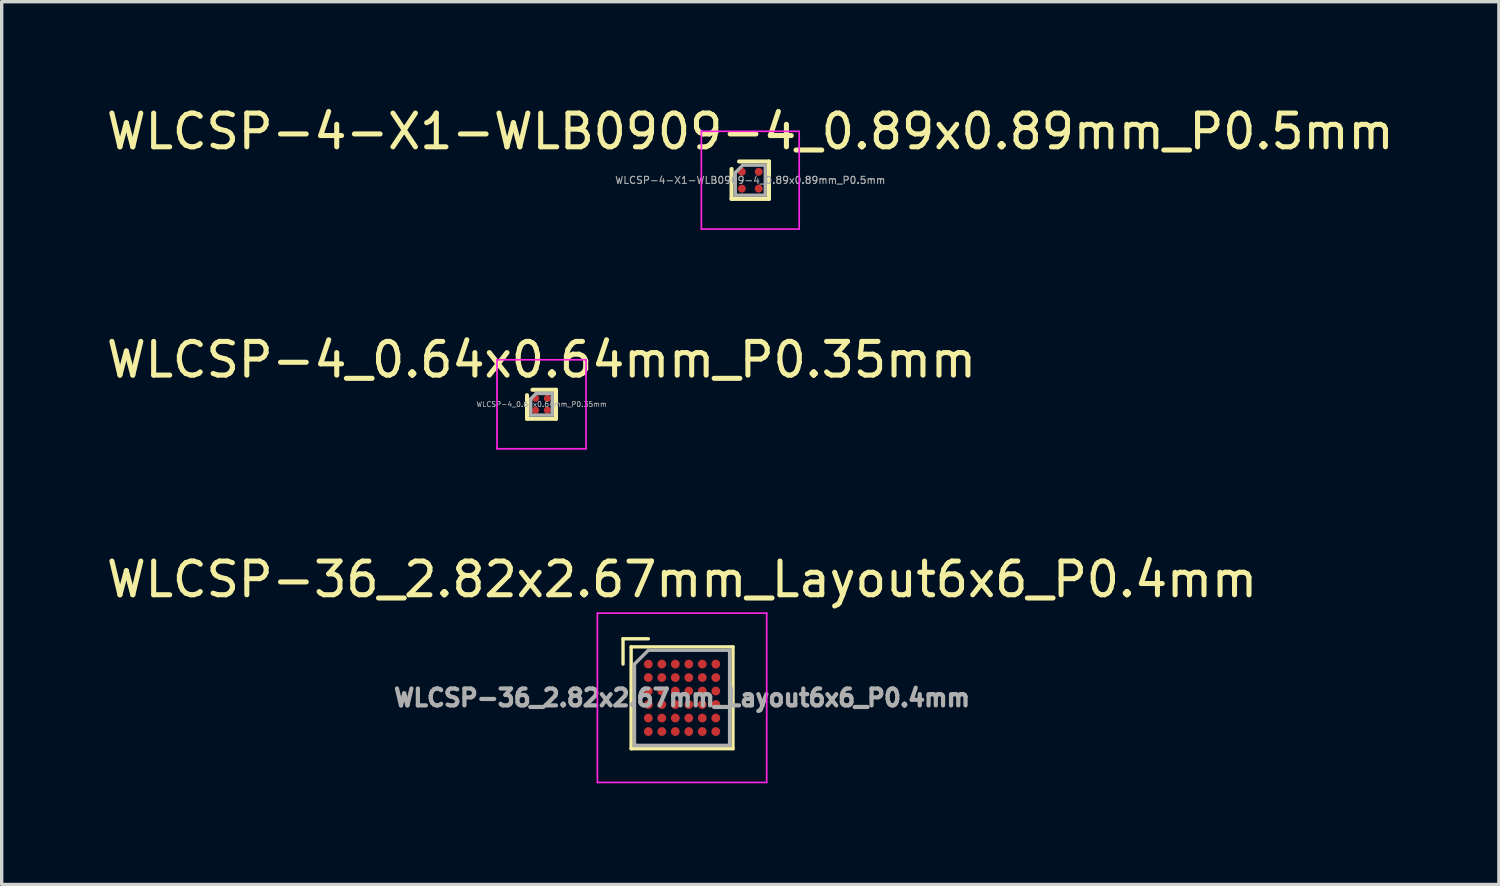
<source format=kicad_pcb>
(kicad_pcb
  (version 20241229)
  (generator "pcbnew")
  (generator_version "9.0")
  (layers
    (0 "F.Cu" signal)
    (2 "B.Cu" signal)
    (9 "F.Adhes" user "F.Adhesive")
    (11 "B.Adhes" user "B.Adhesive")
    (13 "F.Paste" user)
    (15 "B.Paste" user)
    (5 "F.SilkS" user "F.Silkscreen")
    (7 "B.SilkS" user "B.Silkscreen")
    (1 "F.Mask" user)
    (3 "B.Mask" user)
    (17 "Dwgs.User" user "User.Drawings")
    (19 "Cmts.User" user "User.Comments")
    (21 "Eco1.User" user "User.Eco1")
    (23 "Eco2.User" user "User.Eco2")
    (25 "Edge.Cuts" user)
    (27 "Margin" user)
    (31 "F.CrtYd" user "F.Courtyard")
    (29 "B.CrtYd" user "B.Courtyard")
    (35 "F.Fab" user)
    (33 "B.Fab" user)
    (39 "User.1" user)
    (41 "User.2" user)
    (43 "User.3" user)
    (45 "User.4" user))
  (footprint "WLCSP-4-X1-WLB0909-4_0.89x0.89mm_P0.5mm"
    (layer "F.Cu")
    (at 19.196 2.293)
    (property "Reference" "WLCSP-4-X1-WLB0909-4_0.89x0.89mm_P0.5mm" (at 0 -1.445 0) (layer "F.SilkS") (effects (font (size 1 1) (thickness 0.15))))
    (attr smd)
    (fp_line (start -0.555 0.555) (end -0.555 -0.333) (stroke (width 0.12) (type solid)) (layer "F.SilkS"))
    (fp_line (start -0.333 -0.555) (end 0.555 -0.555) (stroke (width 0.12) (type solid)) (layer "F.SilkS"))
    (fp_line (start 0.555 -0.555) (end 0.555 0.555) (stroke (width 0.12) (type solid)) (layer "F.SilkS"))
    (fp_line (start 0.555 0.555) (end -0.555 0.555) (stroke (width 0.12) (type solid)) (layer "F.SilkS"))
    (fp_line (start -1.45 -1.45) (end -1.45 1.45) (stroke (width 0.05) (type solid)) (layer "F.CrtYd"))
    (fp_line (start -1.45 1.45) (end 1.45 1.45) (stroke (width 0.05) (type solid)) (layer "F.CrtYd"))
    (fp_line (start 1.45 -1.45) (end -1.45 -1.45) (stroke (width 0.05) (type solid)) (layer "F.CrtYd"))
    (fp_line (start 1.45 1.45) (end 1.45 -1.45) (stroke (width 0.05) (type solid)) (layer "F.CrtYd"))
    (fp_line (start -0.445 -0.223) (end -0.223 -0.445) (stroke (width 0.1) (type solid)) (layer "F.Fab"))
    (fp_line (start -0.445 0.445) (end -0.445 -0.223) (stroke (width 0.1) (type solid)) (layer "F.Fab"))
    (fp_line (start -0.223 -0.445) (end 0.445 -0.445) (stroke (width 0.1) (type solid)) (layer "F.Fab"))
    (fp_line (start 0.445 -0.445) (end 0.445 0.445) (stroke (width 0.1) (type solid)) (layer "F.Fab"))
    (fp_line (start 0.445 0.445) (end -0.445 0.445) (stroke (width 0.1) (type solid)) (layer "F.Fab"))
    (fp_text user "${REFERENCE}" (at 0 0 0) (layer "F.Fab") (effects (font (size 0.21 0.21) (thickness 0.032))))
    (pad "A1" smd circle (at -0.25 -0.25) (size 0.235 0.235) (layers "F.Cu" "F.Mask" "F.Paste"))
    (pad "A2" smd circle (at 0.25 -0.25) (size 0.235 0.235) (layers "F.Cu" "F.Mask" "F.Paste"))
    (pad "B1" smd circle (at -0.25 0.25) (size 0.235 0.235) (layers "F.Cu" "F.Mask" "F.Paste"))
    (pad "B2" smd circle (at 0.25 0.25) (size 0.235 0.235) (layers "F.Cu" "F.Mask" "F.Paste")))
  (footprint "WLCSP-4_0.64x0.64mm_P0.35mm"
    (layer "F.Cu")
    (at 13.006 8.937)
    (property "Reference" "WLCSP-4_0.64x0.64mm_P0.35mm" (at 0 -1.32 0) (layer "F.SilkS") (effects (font (size 1 1) (thickness 0.15))))
    (attr smd)
    (fp_line (start -0.43 0.43) (end -0.43 -0.27) (stroke (width 0.12) (type solid)) (layer "F.SilkS"))
    (fp_line (start -0.27 -0.43) (end 0.43 -0.43) (stroke (width 0.12) (type solid)) (layer "F.SilkS"))
    (fp_line (start 0.43 -0.43) (end 0.43 0.43) (stroke (width 0.12) (type solid)) (layer "F.SilkS"))
    (fp_line (start 0.43 0.43) (end -0.43 0.43) (stroke (width 0.12) (type solid)) (layer "F.SilkS"))
    (fp_line (start -1.32 -1.32) (end -1.32 1.32) (stroke (width 0.05) (type solid)) (layer "F.CrtYd"))
    (fp_line (start -1.32 1.32) (end 1.32 1.32) (stroke (width 0.05) (type solid)) (layer "F.CrtYd"))
    (fp_line (start 1.32 -1.32) (end -1.32 -1.32) (stroke (width 0.05) (type solid)) (layer "F.CrtYd"))
    (fp_line (start 1.32 1.32) (end 1.32 -1.32) (stroke (width 0.05) (type solid)) (layer "F.CrtYd"))
    (fp_line (start -0.32 -0.16) (end -0.16 -0.32) (stroke (width 0.1) (type solid)) (layer "F.Fab"))
    (fp_line (start -0.32 0.32) (end -0.32 -0.16) (stroke (width 0.1) (type solid)) (layer "F.Fab"))
    (fp_line (start -0.16 -0.32) (end 0.32 -0.32) (stroke (width 0.1) (type solid)) (layer "F.Fab"))
    (fp_line (start 0.32 -0.32) (end 0.32 0.32) (stroke (width 0.1) (type solid)) (layer "F.Fab"))
    (fp_line (start 0.32 0.32) (end -0.32 0.32) (stroke (width 0.1) (type solid)) (layer "F.Fab"))
    (fp_text user "${REFERENCE}" (at 0 0 0) (layer "F.Fab") (effects (font (size 0.15 0.15) (thickness 0.022))))
    (pad "A1" smd circle (at -0.175 -0.175) (size 0.21 0.21) (layers "F.Cu" "F.Mask" "F.Paste"))
    (pad "A2" smd circle (at 0.175 -0.175) (size 0.21 0.21) (layers "F.Cu" "F.Mask" "F.Paste"))
    (pad "B1" smd circle (at -0.175 0.175) (size 0.21 0.21) (layers "F.Cu" "F.Mask" "F.Paste"))
    (pad "B2" smd circle (at 0.175 0.175) (size 0.21 0.21) (layers "F.Cu" "F.Mask" "F.Paste")))
  (footprint "WLCSP-36_2.82x2.67mm_Layout6x6_P0.4mm"
    (layer "F.Cu")
    (at 17.173 17.64)
    (property "Reference" "WLCSP-36_2.82x2.67mm_Layout6x6_P0.4mm" (at 0 -3.51 0) (layer "F.SilkS") (effects (font (size 1 1) (thickness 0.15))))
    (attr smd)
    (fp_line (start -1.75 -1) (end -1.75 -1.75) (stroke (width 0.1) (type solid)) (layer "F.SilkS"))
    (fp_line (start -1.51 -1.51) (end 1.51 -1.51) (stroke (width 0.1) (type solid)) (layer "F.SilkS"))
    (fp_line (start -1.51 1.51) (end -1.51 -1.51) (stroke (width 0.1) (type solid)) (layer "F.SilkS"))
    (fp_line (start -1.51 1.51) (end 1.51 1.51) (stroke (width 0.1) (type solid)) (layer "F.SilkS"))
    (fp_line (start -1 -1.75) (end -1.75 -1.75) (stroke (width 0.1) (type solid)) (layer "F.SilkS"))
    (fp_line (start 1.51 1.51) (end 1.51 -1.51) (stroke (width 0.1) (type solid)) (layer "F.SilkS"))
    (fp_line (start -2.51 -2.51) (end 2.51 -2.51) (stroke (width 0.05) (type solid)) (layer "F.CrtYd"))
    (fp_line (start -2.51 2.51) (end -2.51 -2.51) (stroke (width 0.05) (type solid)) (layer "F.CrtYd"))
    (fp_line (start -2.51 2.51) (end 2.51 2.51) (stroke (width 0.05) (type solid)) (layer "F.CrtYd"))
    (fp_line (start 2.51 2.51) (end 2.51 -2.51) (stroke (width 0.05) (type solid)) (layer "F.CrtYd"))
    (fp_line (start -1.41 -1) (end -1 -1.41) (stroke (width 0.1) (type solid)) (layer "F.Fab"))
    (fp_line (start -1.41 1.41) (end -1.41 -1) (stroke (width 0.1) (type solid)) (layer "F.Fab"))
    (fp_line (start -1.41 1.41) (end 1.41 1.41) (stroke (width 0.1) (type solid)) (layer "F.Fab"))
    (fp_line (start -1 -1.41) (end 1.41 -1.41) (stroke (width 0.1) (type solid)) (layer "F.Fab"))
    (fp_line (start 1.41 1.41) (end 1.41 -1.41) (stroke (width 0.1) (type solid)) (layer "F.Fab"))
    (fp_text user "${REFERENCE}" (at 0 0 0) (layer "F.Fab") (effects (font (size 0.5 0.5) (thickness 0.125))))
    (pad "A1" smd circle (at -1 -1) (size 0.26 0.26) (layers "F.Cu" "F.Mask" "F.Paste"))
    (pad "A2" smd circle (at -0.6 -1) (size 0.26 0.26) (layers "F.Cu" "F.Mask" "F.Paste"))
    (pad "A3" smd circle (at -0.2 -1) (size 0.26 0.26) (layers "F.Cu" "F.Mask" "F.Paste"))
    (pad "A4" smd circle (at 0.2 -1) (size 0.26 0.26) (layers "F.Cu" "F.Mask" "F.Paste"))
    (pad "A5" smd circle (at 0.6 -1) (size 0.26 0.26) (layers "F.Cu" "F.Mask" "F.Paste"))
    (pad "A6" smd circle (at 1 -1) (size 0.26 0.26) (layers "F.Cu" "F.Mask" "F.Paste"))
    (pad "B1" smd circle (at -1 -0.6) (size 0.26 0.26) (layers "F.Cu" "F.Mask" "F.Paste"))
    (pad "B2" smd circle (at -0.6 -0.6) (size 0.26 0.26) (layers "F.Cu" "F.Mask" "F.Paste"))
    (pad "B3" smd circle (at -0.2 -0.6) (size 0.26 0.26) (layers "F.Cu" "F.Mask" "F.Paste"))
    (pad "B4" smd circle (at 0.2 -0.6) (size 0.26 0.26) (layers "F.Cu" "F.Mask" "F.Paste"))
    (pad "B5" smd circle (at 0.6 -0.6) (size 0.26 0.26) (layers "F.Cu" "F.Mask" "F.Paste"))
    (pad "B6" smd circle (at 1 -0.6) (size 0.26 0.26) (layers "F.Cu" "F.Mask" "F.Paste"))
    (pad "C1" smd circle (at -1 -0.2) (size 0.26 0.26) (layers "F.Cu" "F.Mask" "F.Paste"))
    (pad "C2" smd circle (at -0.6 -0.2) (size 0.26 0.26) (layers "F.Cu" "F.Mask" "F.Paste"))
    (pad "C3" smd circle (at -0.2 -0.2) (size 0.26 0.26) (layers "F.Cu" "F.Mask" "F.Paste"))
    (pad "C4" smd circle (at 0.2 -0.2) (size 0.26 0.26) (layers "F.Cu" "F.Mask" "F.Paste"))
    (pad "C5" smd circle (at 0.6 -0.2) (size 0.26 0.26) (layers "F.Cu" "F.Mask" "F.Paste"))
    (pad "C6" smd circle (at 1 -0.2) (size 0.26 0.26) (layers "F.Cu" "F.Mask" "F.Paste"))
    (pad "D1" smd circle (at -1 0.2) (size 0.26 0.26) (layers "F.Cu" "F.Mask" "F.Paste"))
    (pad "D2" smd circle (at -0.6 0.2) (size 0.26 0.26) (layers "F.Cu" "F.Mask" "F.Paste"))
    (pad "D3" smd circle (at -0.2 0.2) (size 0.26 0.26) (layers "F.Cu" "F.Mask" "F.Paste"))
    (pad "D4" smd circle (at 0.2 0.2) (size 0.26 0.26) (layers "F.Cu" "F.Mask" "F.Paste"))
    (pad "D5" smd circle (at 0.6 0.2) (size 0.26 0.26) (layers "F.Cu" "F.Mask" "F.Paste"))
    (pad "D6" smd circle (at 1 0.2) (size 0.26 0.26) (layers "F.Cu" "F.Mask" "F.Paste"))
    (pad "E1" smd circle (at -1 0.6) (size 0.26 0.26) (layers "F.Cu" "F.Mask" "F.Paste"))
    (pad "E2" smd circle (at -0.6 0.6) (size 0.26 0.26) (layers "F.Cu" "F.Mask" "F.Paste"))
    (pad "E3" smd circle (at -0.2 0.6) (size 0.26 0.26) (layers "F.Cu" "F.Mask" "F.Paste"))
    (pad "E4" smd circle (at 0.2 0.6) (size 0.26 0.26) (layers "F.Cu" "F.Mask" "F.Paste"))
    (pad "E5" smd circle (at 0.6 0.6) (size 0.26 0.26) (layers "F.Cu" "F.Mask" "F.Paste"))
    (pad "E6" smd circle (at 1 0.6) (size 0.26 0.26) (layers "F.Cu" "F.Mask" "F.Paste"))
    (pad "F1" smd circle (at -1 1) (size 0.26 0.26) (layers "F.Cu" "F.Mask" "F.Paste"))
    (pad "F2" smd circle (at -0.6 1) (size 0.26 0.26) (layers "F.Cu" "F.Mask" "F.Paste"))
    (pad "F3" smd circle (at -0.2 1) (size 0.26 0.26) (layers "F.Cu" "F.Mask" "F.Paste"))
    (pad "F4" smd circle (at 0.2 1) (size 0.26 0.26) (layers "F.Cu" "F.Mask" "F.Paste"))
    (pad "F5" smd circle (at 0.6 1) (size 0.26 0.26) (layers "F.Cu" "F.Mask" "F.Paste"))
    (pad "F6" smd circle (at 1 1) (size 0.26 0.26) (layers "F.Cu" "F.Mask" "F.Paste")))
  (gr_rect
    (start -3 -3)
    (end 41.393 23.175)
    (stroke (width 0.1) (type default))
    (fill no)
    (layer "Edge.Cuts")))
</source>
